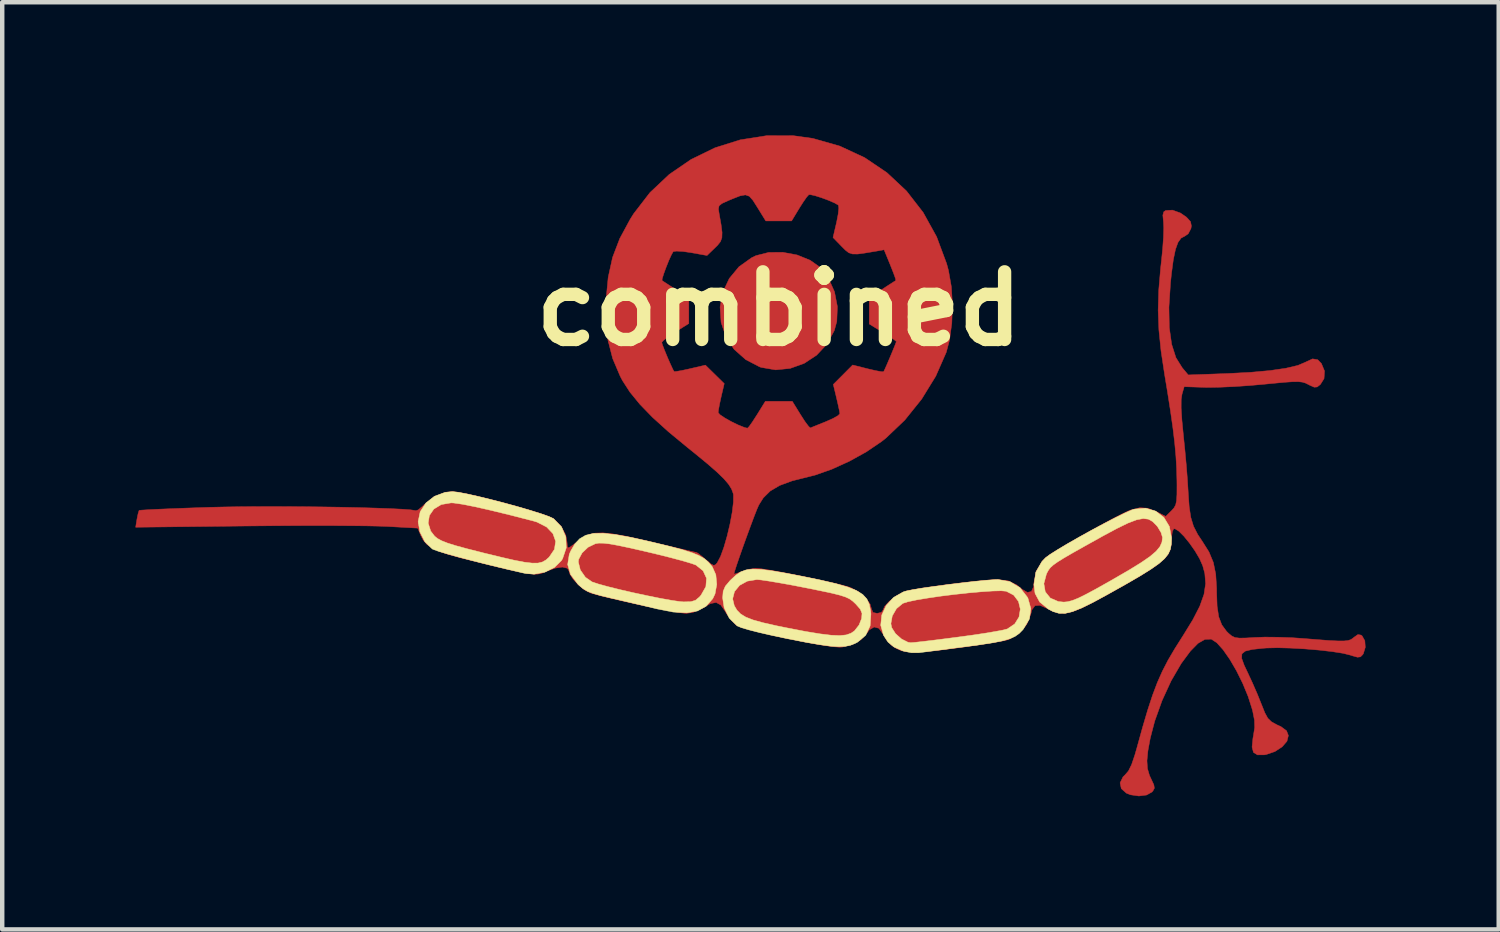
<source format=kicad_pcb>
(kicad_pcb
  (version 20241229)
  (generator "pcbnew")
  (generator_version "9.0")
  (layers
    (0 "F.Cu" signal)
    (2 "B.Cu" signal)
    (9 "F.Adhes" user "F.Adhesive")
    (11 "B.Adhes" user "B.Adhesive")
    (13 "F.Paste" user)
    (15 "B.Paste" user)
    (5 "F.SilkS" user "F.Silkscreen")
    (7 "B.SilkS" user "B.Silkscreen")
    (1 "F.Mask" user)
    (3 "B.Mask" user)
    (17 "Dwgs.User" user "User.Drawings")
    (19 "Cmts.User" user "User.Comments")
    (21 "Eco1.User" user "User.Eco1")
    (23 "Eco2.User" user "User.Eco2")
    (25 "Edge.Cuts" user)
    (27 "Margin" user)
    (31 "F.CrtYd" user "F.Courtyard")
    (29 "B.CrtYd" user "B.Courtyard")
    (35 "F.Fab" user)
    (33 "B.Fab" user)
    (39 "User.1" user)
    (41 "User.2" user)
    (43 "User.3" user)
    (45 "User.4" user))
  (footprint "combined"
    (layer "F.Cu")
    (at 14.495 3.906)
    (property "Reference" "combined" (at 0 0 0) (layer "F.SilkS") (effects (font (size 1.524 1.524) (thickness 0.3))))
    (attr through_hole)
    (fp_poly (pts (xy 0.407 -1.214) (xy 0.7 -1.095) (xy 0.906 -0.95) (xy 1.11 -0.694) (xy 1.249 -0.385) (xy 1.314 -0.051) (xy 1.301 0.283) (xy 1.244 0.49) (xy 1.079 0.794) (xy 0.847 1.043) (xy 0.565 1.228) (xy 0.25 1.341) (xy -0.078 1.374) (xy -0.403 1.318) (xy -0.441 1.304) (xy -0.752 1.142) (xy -1.012 0.911) (xy -1.19 0.646) (xy -1.305 0.305) (xy -1.328 -0.041) (xy -1.265 -0.377) (xy -1.121 -0.684) (xy -0.903 -0.948) (xy -0.617 -1.152) (xy -0.519 -1.199) (xy -0.235 -1.271) (xy 0.084 -1.274) (xy 0.407 -1.214)) (stroke (width 0.01) (type solid)) (fill yes) (layer "F.Cu"))
    (fp_poly (pts (xy 0.761 -3.839) (xy 1.368 -3.666) (xy 1.926 -3.407) (xy 2.429 -3.068) (xy 2.871 -2.654) (xy 3.246 -2.171) (xy 3.549 -1.624) (xy 3.774 -1.02) (xy 3.816 -0.865) (xy 3.881 -0.497) (xy 3.906 -0.089) (xy 3.891 0.323) (xy 3.839 0.705) (xy 3.766 0.978) (xy 3.53 1.515) (xy 3.212 2.032) (xy 2.832 2.505) (xy 2.407 2.91) (xy 2.301 2.993) (xy 1.963 3.222) (xy 1.581 3.433) (xy 1.187 3.612) (xy 0.815 3.743) (xy 0.66 3.782) (xy 0.293 3.874) (xy 0.012 3.978) (xy -0.199 4.103) (xy -0.355 4.257) (xy -0.456 4.418) (xy -0.497 4.511) (xy -0.56 4.672) (xy -0.638 4.88) (xy -0.724 5.114) (xy -0.811 5.355) (xy -0.891 5.582) (xy -0.957 5.775) (xy -1.001 5.912) (xy -1.016 5.973) (xy -0.975 5.966) (xy -0.873 5.929) (xy -0.84 5.916) (xy -0.679 5.865) (xy -0.527 5.842) (xy -0.518 5.842) (xy -0.405 5.853) (xy -0.213 5.883) (xy 0.036 5.927) (xy 0.321 5.982) (xy 0.623 6.043) (xy 0.919 6.106) (xy 1.19 6.166) (xy 1.415 6.22) (xy 1.572 6.264) (xy 1.611 6.277) (xy 1.79 6.372) (xy 1.945 6.504) (xy 2.05 6.648) (xy 2.083 6.76) (xy 2.115 6.838) (xy 2.21 6.858) (xy 2.306 6.835) (xy 2.337 6.792) (xy 2.378 6.699) (xy 2.485 6.585) (xy 2.63 6.473) (xy 2.786 6.385) (xy 2.87 6.354) (xy 3.005 6.326) (xy 3.217 6.29) (xy 3.485 6.251) (xy 3.784 6.211) (xy 4.092 6.173) (xy 4.386 6.139) (xy 4.643 6.114) (xy 4.839 6.099) (xy 4.918 6.096) (xy 5.157 6.124) (xy 5.356 6.219) (xy 5.471 6.312) (xy 5.593 6.386) (xy 5.684 6.365) (xy 5.734 6.255) (xy 5.74 6.171) (xy 5.79 5.91) (xy 5.933 5.677) (xy 6.002 5.606) (xy 6.09 5.542) (xy 6.249 5.442) (xy 6.462 5.314) (xy 6.711 5.17) (xy 6.978 5.02) (xy 7.244 4.873) (xy 7.491 4.739) (xy 7.702 4.63) (xy 7.859 4.555) (xy 7.92 4.53) (xy 8.127 4.478) (xy 8.304 4.49) (xy 8.502 4.569) (xy 8.51 4.572) (xy 8.709 4.674) (xy 8.838 4.546) (xy 8.895 4.483) (xy 8.932 4.416) (xy 8.952 4.324) (xy 8.961 4.182) (xy 8.962 3.97) (xy 8.961 3.872) (xy 8.954 3.598) (xy 8.938 3.321) (xy 8.911 3.023) (xy 8.871 2.689) (xy 8.816 2.302) (xy 8.744 1.843) (xy 8.683 1.476) (xy 8.603 0.946) (xy 8.555 0.477) (xy 8.538 0.034) (xy 8.551 -0.417) (xy 8.593 -0.911) (xy 8.613 -1.089) (xy 8.64 -1.359) (xy 8.658 -1.613) (xy 8.664 -1.823) (xy 8.658 -1.961) (xy 8.657 -1.965) (xy 8.644 -2.11) (xy 8.665 -2.186) (xy 8.707 -2.215) (xy 8.861 -2.224) (xy 9.04 -2.159) (xy 9.175 -2.066) (xy 9.267 -1.965) (xy 9.287 -1.867) (xy 9.276 -1.807) (xy 9.216 -1.692) (xy 9.14 -1.639) (xy 9.054 -1.593) (xy 8.985 -1.497) (xy 8.928 -1.339) (xy 8.88 -1.108) (xy 8.838 -0.794) (xy 8.816 -0.582) (xy 8.781 -0.037) (xy 8.789 0.421) (xy 8.842 0.797) (xy 8.938 1.098) (xy 9.08 1.326) (xy 9.216 1.488) (xy 10.107 1.456) (xy 10.62 1.429) (xy 11.059 1.389) (xy 11.416 1.337) (xy 11.686 1.273) (xy 11.862 1.198) (xy 11.867 1.195) (xy 12.016 1.126) (xy 12.131 1.145) (xy 12.215 1.231) (xy 12.285 1.4) (xy 12.274 1.571) (xy 12.192 1.702) (xy 12.119 1.759) (xy 12.053 1.764) (xy 11.951 1.719) (xy 11.923 1.704) (xy 11.856 1.671) (xy 11.786 1.65) (xy 11.697 1.64) (xy 11.57 1.641) (xy 11.389 1.653) (xy 11.135 1.677) (xy 10.92 1.698) (xy 10.593 1.727) (xy 10.257 1.75) (xy 9.944 1.764) (xy 9.687 1.769) (xy 9.604 1.768) (xy 9.124 1.753) (xy 9.075 1.923) (xy 9.057 2.044) (xy 9.056 2.234) (xy 9.073 2.503) (xy 9.108 2.862) (xy 9.108 2.863) (xy 9.141 3.185) (xy 9.172 3.523) (xy 9.197 3.84) (xy 9.213 4.1) (xy 9.215 4.14) (xy 9.237 4.455) (xy 9.274 4.698) (xy 9.335 4.897) (xy 9.43 5.082) (xy 9.534 5.238) (xy 9.683 5.475) (xy 9.781 5.711) (xy 9.835 5.976) (xy 9.855 6.301) (xy 9.855 6.383) (xy 9.866 6.698) (xy 9.902 6.935) (xy 9.971 7.115) (xy 10.078 7.262) (xy 10.127 7.31) (xy 10.197 7.368) (xy 10.269 7.402) (xy 10.369 7.415) (xy 10.522 7.412) (xy 10.704 7.401) (xy 10.942 7.392) (xy 11.239 7.395) (xy 11.553 7.406) (xy 11.785 7.422) (xy 12.136 7.45) (xy 12.4 7.47) (xy 12.591 7.479) (xy 12.725 7.479) (xy 12.815 7.469) (xy 12.877 7.449) (xy 12.925 7.417) (xy 12.948 7.397) (xy 13.037 7.335) (xy 13.107 7.347) (xy 13.131 7.365) (xy 13.193 7.474) (xy 13.203 7.623) (xy 13.16 7.764) (xy 13.145 7.787) (xy 13.095 7.837) (xy 13.028 7.845) (xy 12.911 7.813) (xy 12.87 7.799) (xy 12.702 7.757) (xy 12.459 7.719) (xy 12.164 7.685) (xy 11.843 7.658) (xy 11.521 7.64) (xy 11.224 7.632) (xy 10.976 7.638) (xy 10.906 7.643) (xy 10.657 7.67) (xy 10.5 7.708) (xy 10.424 7.769) (xy 10.419 7.87) (xy 10.475 8.025) (xy 10.548 8.179) (xy 10.659 8.418) (xy 10.773 8.679) (xy 10.865 8.908) (xy 10.866 8.91) (xy 10.942 9.1) (xy 11.009 9.221) (xy 11.092 9.301) (xy 11.216 9.369) (xy 11.303 9.408) (xy 11.43 9.502) (xy 11.471 9.609) (xy 11.439 9.738) (xy 11.33 9.864) (xy 11.167 9.97) (xy 10.974 10.036) (xy 10.929 10.044) (xy 10.775 10.045) (xy 10.685 9.99) (xy 10.653 9.869) (xy 10.673 9.67) (xy 10.684 9.61) (xy 10.712 9.428) (xy 10.707 9.262) (xy 10.668 9.063) (xy 10.655 9.013) (xy 10.565 8.73) (xy 10.444 8.437) (xy 10.303 8.152) (xy 10.152 7.893) (xy 10 7.676) (xy 9.86 7.52) (xy 9.74 7.441) (xy 9.731 7.438) (xy 9.591 7.444) (xy 9.437 7.532) (xy 9.264 7.708) (xy 9.066 7.975) (xy 9.054 7.993) (xy 8.83 8.378) (xy 8.626 8.822) (xy 8.461 9.283) (xy 8.361 9.665) (xy 8.307 9.957) (xy 8.286 10.178) (xy 8.297 10.352) (xy 8.342 10.506) (xy 8.381 10.59) (xy 8.441 10.718) (xy 8.453 10.795) (xy 8.42 10.857) (xy 8.399 10.881) (xy 8.277 10.949) (xy 8.104 10.971) (xy 7.917 10.944) (xy 7.823 10.907) (xy 7.708 10.805) (xy 7.681 10.675) (xy 7.746 10.541) (xy 7.792 10.496) (xy 7.869 10.407) (xy 7.94 10.264) (xy 8.013 10.048) (xy 8.054 9.906) (xy 8.186 9.429) (xy 8.303 9.033) (xy 8.412 8.701) (xy 8.52 8.415) (xy 8.634 8.158) (xy 8.761 7.912) (xy 8.909 7.66) (xy 9.084 7.383) (xy 9.092 7.371) (xy 9.317 7.005) (xy 9.476 6.696) (xy 9.571 6.429) (xy 9.607 6.188) (xy 9.589 5.959) (xy 9.542 5.786) (xy 9.472 5.627) (xy 9.368 5.451) (xy 9.245 5.276) (xy 9.12 5.122) (xy 9.006 5.008) (xy 8.918 4.953) (xy 8.887 4.955) (xy 8.857 5.02) (xy 8.84 5.146) (xy 8.839 5.189) (xy 8.833 5.316) (xy 8.809 5.427) (xy 8.757 5.532) (xy 8.669 5.637) (xy 8.536 5.751) (xy 8.348 5.881) (xy 8.097 6.036) (xy 7.773 6.223) (xy 7.402 6.431) (xy 7.074 6.609) (xy 6.817 6.737) (xy 6.613 6.818) (xy 6.449 6.855) (xy 6.308 6.853) (xy 6.175 6.815) (xy 6.044 6.749) (xy 5.877 6.677) (xy 5.765 6.684) (xy 5.696 6.776) (xy 5.668 6.88) (xy 5.578 7.105) (xy 5.414 7.299) (xy 5.2 7.433) (xy 5.119 7.461) (xy 4.999 7.486) (xy 4.799 7.52) (xy 4.54 7.561) (xy 4.242 7.605) (xy 3.958 7.643) (xy 3.578 7.691) (xy 3.283 7.721) (xy 3.057 7.733) (xy 2.885 7.725) (xy 2.751 7.696) (xy 2.639 7.647) (xy 2.535 7.576) (xy 2.527 7.57) (xy 2.415 7.448) (xy 2.338 7.317) (xy 2.25 7.194) (xy 2.142 7.165) (xy 2.031 7.23) (xy 1.976 7.306) (xy 1.844 7.45) (xy 1.649 7.56) (xy 1.429 7.616) (xy 1.362 7.62) (xy 1.221 7.609) (xy 1.01 7.579) (xy 0.747 7.534) (xy 0.453 7.478) (xy 0.144 7.414) (xy -0.16 7.348) (xy -0.44 7.282) (xy -0.678 7.221) (xy -0.856 7.168) (xy -0.954 7.128) (xy -0.96 7.125) (xy -1.067 7.018) (xy -1.178 6.87) (xy -1.21 6.815) (xy -1.311 6.67) (xy -1.416 6.612) (xy -1.547 6.638) (xy -1.707 6.731) (xy -1.941 6.838) (xy -2.094 6.858) (xy -2.2 6.847) (xy -2.384 6.816) (xy -2.628 6.77) (xy -2.91 6.712) (xy -3.212 6.648) (xy -3.514 6.581) (xy -3.795 6.515) (xy -4.036 6.456) (xy -4.217 6.406) (xy -4.252 6.396) (xy -4.381 6.328) (xy -4.519 6.215) (xy -4.638 6.086) (xy -4.713 5.967) (xy -4.724 5.917) (xy -4.766 5.842) (xy -4.878 5.815) (xy -5.042 5.839) (xy -5.2 5.895) (xy -5.284 5.932) (xy -5.358 5.959) (xy -5.434 5.973) (xy -5.527 5.975) (xy -5.649 5.961) (xy -5.815 5.93) (xy -6.037 5.882) (xy -6.329 5.813) (xy -6.704 5.723) (xy -6.771 5.706) (xy -7.15 5.612) (xy -7.442 5.531) (xy -7.66 5.457) (xy -7.819 5.383) (xy -7.931 5.304) (xy -8.01 5.212) (xy -8.068 5.103) (xy -8.075 5.086) (xy -8.136 4.938) (xy -8.831 4.9) (xy -9.025 4.893) (xy -9.307 4.887) (xy -9.663 4.884) (xy -10.08 4.881) (xy -10.543 4.881) (xy -11.04 4.882) (xy -11.556 4.886) (xy -12.007 4.89) (xy -14.49 4.918) (xy -14.461 4.738) (xy -14.436 4.615) (xy -14.414 4.543) (xy -14.412 4.539) (xy -14.358 4.533) (xy -14.215 4.524) (xy -13.995 4.513) (xy -13.711 4.501) (xy -13.376 4.488) (xy -13.001 4.475) (xy -12.822 4.469) (xy -12.476 4.461) (xy -12.085 4.455) (xy -11.66 4.453) (xy -11.214 4.453) (xy -10.758 4.455) (xy -10.304 4.46) (xy -9.864 4.467) (xy -9.45 4.476) (xy -9.074 4.487) (xy -8.749 4.499) (xy -8.485 4.512) (xy -8.296 4.526) (xy -8.192 4.542) (xy -8.179 4.546) (xy -8.126 4.527) (xy -8.035 4.451) (xy -7.996 4.412) (xy -7.766 4.229) (xy -7.505 4.13) (xy -7.355 4.116) (xy -7.228 4.13) (xy -7.027 4.168) (xy -6.773 4.225) (xy -6.483 4.296) (xy -6.178 4.375) (xy -5.876 4.458) (xy -5.596 4.54) (xy -5.357 4.615) (xy -5.179 4.678) (xy -5.081 4.724) (xy -5.079 4.725) (xy -4.91 4.892) (xy -4.803 5.095) (xy -4.775 5.255) (xy -4.766 5.352) (xy -4.747 5.385) (xy -4.694 5.356) (xy -4.591 5.281) (xy -4.52 5.225) (xy -4.401 5.14) (xy -4.278 5.082) (xy -4.137 5.05) (xy -3.964 5.045) (xy -3.745 5.068) (xy -3.464 5.117) (xy -3.109 5.195) (xy -2.858 5.254) (xy -2.558 5.325) (xy -2.292 5.387) (xy -2.077 5.437) (xy -1.928 5.472) (xy -1.859 5.486) (xy -1.857 5.486) (xy -1.808 5.517) (xy -1.71 5.595) (xy -1.647 5.649) (xy -1.534 5.744) (xy -1.469 5.778) (xy -1.424 5.757) (xy -1.39 5.714) (xy -1.317 5.575) (xy -1.241 5.366) (xy -1.168 5.113) (xy -1.104 4.842) (xy -1.055 4.58) (xy -1.028 4.354) (xy -1.027 4.188) (xy -1.033 4.156) (xy -1.07 4.056) (xy -1.137 3.949) (xy -1.244 3.824) (xy -1.4 3.673) (xy -1.615 3.486) (xy -1.898 3.253) (xy -2.054 3.128) (xy -2.491 2.767) (xy -2.848 2.444) (xy -3.133 2.15) (xy -3.357 1.876) (xy -3.527 1.613) (xy -3.578 1.516) (xy -3.747 1.118) (xy -3.84 0.756) (xy -2.642 0.756) (xy -2.623 0.818) (xy -2.575 0.941) (xy -2.512 1.094) (xy -2.446 1.244) (xy -2.392 1.361) (xy -2.363 1.412) (xy -2.311 1.409) (xy -2.185 1.387) (xy -2.014 1.35) (xy -2.003 1.347) (xy -1.658 1.267) (xy -1.234 1.683) (xy -1.302 1.972) (xy -1.339 2.142) (xy -1.364 2.279) (xy -1.371 2.337) (xy -1.328 2.385) (xy -1.221 2.457) (xy -1.075 2.539) (xy -0.919 2.615) (xy -0.781 2.67) (xy -0.711 2.688) (xy -0.674 2.65) (xy -0.6 2.546) (xy -0.505 2.399) (xy -0.497 2.387) (xy -0.309 2.083) (xy 0.299 2.083) (xy 0.488 2.389) (xy 0.584 2.538) (xy 0.662 2.642) (xy 0.705 2.682) (xy 0.707 2.681) (xy 0.766 2.656) (xy 0.892 2.605) (xy 1.054 2.54) (xy 1.214 2.469) (xy 1.327 2.405) (xy 1.37 2.362) (xy 1.358 2.289) (xy 1.328 2.15) (xy 1.295 2.007) (xy 1.222 1.702) (xy 1.44 1.483) (xy 1.658 1.264) (xy 1.999 1.35) (xy 2.171 1.39) (xy 2.298 1.414) (xy 2.354 1.417) (xy 2.355 1.416) (xy 2.382 1.361) (xy 2.434 1.244) (xy 2.498 1.094) (xy 2.562 0.94) (xy 2.614 0.813) (xy 2.64 0.742) (xy 2.642 0.736) (xy 2.602 0.702) (xy 2.497 0.631) (xy 2.349 0.537) (xy 2.337 0.529) (xy 2.032 0.341) (xy 2.032 -0.253) (xy 2.324 -0.442) (xy 2.472 -0.538) (xy 2.582 -0.609) (xy 2.631 -0.639) (xy 2.631 -0.64) (xy 2.621 -0.687) (xy 2.579 -0.804) (xy 2.515 -0.966) (xy 2.506 -0.989) (xy 2.366 -1.331) (xy 2.186 -1.299) (xy 1.939 -1.258) (xy 1.77 -1.235) (xy 1.655 -1.236) (xy 1.571 -1.263) (xy 1.497 -1.32) (xy 1.408 -1.409) (xy 1.216 -1.607) (xy 1.297 -1.954) (xy 1.331 -2.131) (xy 1.346 -2.267) (xy 1.337 -2.335) (xy 1.336 -2.336) (xy 1.254 -2.384) (xy 1.118 -2.443) (xy 0.959 -2.502) (xy 0.811 -2.549) (xy 0.703 -2.573) (xy 0.67 -2.571) (xy 0.621 -2.516) (xy 0.54 -2.399) (xy 0.453 -2.262) (xy 0.283 -1.981) (xy -0.008 -1.981) (xy -0.299 -1.981) (xy -0.489 -2.289) (xy -0.588 -2.445) (xy -0.669 -2.536) (xy -0.756 -2.567) (xy -0.876 -2.546) (xy -1.054 -2.476) (xy -1.145 -2.438) (xy -1.285 -2.374) (xy -1.351 -2.32) (xy -1.365 -2.248) (xy -1.349 -2.145) (xy -1.305 -1.896) (xy -1.283 -1.723) (xy -1.287 -1.603) (xy -1.319 -1.515) (xy -1.382 -1.435) (xy -1.442 -1.376) (xy -1.622 -1.202) (xy -1.984 -1.267) (xy -2.167 -1.293) (xy -2.309 -1.301) (xy -2.382 -1.29) (xy -2.384 -1.288) (xy -2.424 -1.218) (xy -2.481 -1.093) (xy -2.541 -0.943) (xy -2.595 -0.796) (xy -2.63 -0.685) (xy -2.636 -0.639) (xy -2.586 -0.605) (xy -2.475 -0.533) (xy -2.325 -0.437) (xy -2.324 -0.436) (xy -2.032 -0.251) (xy -2.032 0.33) (xy -2.337 0.521) (xy -2.487 0.621) (xy -2.596 0.704) (xy -2.641 0.754) (xy -2.642 0.756) (xy -3.84 0.756) (xy -3.852 0.711) (xy -3.9 0.268) (xy -3.897 -0.198) (xy -3.848 -0.708) (xy -3.749 -1.16) (xy -3.587 -1.584) (xy -3.353 -2.017) (xy -3.274 -2.143) (xy -2.907 -2.619) (xy -2.472 -3.029) (xy -1.98 -3.366) (xy -1.442 -3.628) (xy -0.873 -3.807) (xy -0.282 -3.9) (xy 0.317 -3.901) (xy 0.761 -3.839)) (stroke (width 0.01) (type solid)) (fill yes) (layer "F.Cu"))
    (fp_poly (pts (xy 0.407 -1.214) (xy 0.7 -1.095) (xy 0.906 -0.95) (xy 1.11 -0.694) (xy 1.249 -0.385) (xy 1.314 -0.051) (xy 1.301 0.283) (xy 1.244 0.49) (xy 1.079 0.794) (xy 0.847 1.043) (xy 0.565 1.228) (xy 0.25 1.341) (xy -0.078 1.374) (xy -0.403 1.318) (xy -0.441 1.304) (xy -0.752 1.142) (xy -1.012 0.911) (xy -1.19 0.646) (xy -1.305 0.305) (xy -1.328 -0.041) (xy -1.265 -0.377) (xy -1.121 -0.684) (xy -0.903 -0.948) (xy -0.617 -1.152) (xy -0.519 -1.199) (xy -0.235 -1.271) (xy 0.084 -1.274) (xy 0.407 -1.214)) (stroke (width 0.01) (type solid)) (fill yes) (layer "F.Mask"))
    (fp_poly (pts (xy 0.761 -3.839) (xy 1.368 -3.666) (xy 1.926 -3.407) (xy 2.429 -3.068) (xy 2.871 -2.654) (xy 3.246 -2.171) (xy 3.549 -1.624) (xy 3.774 -1.02) (xy 3.816 -0.865) (xy 3.881 -0.497) (xy 3.906 -0.089) (xy 3.891 0.323) (xy 3.839 0.705) (xy 3.766 0.978) (xy 3.53 1.515) (xy 3.212 2.032) (xy 2.832 2.505) (xy 2.407 2.91) (xy 2.301 2.993) (xy 1.963 3.222) (xy 1.581 3.433) (xy 1.187 3.612) (xy 0.815 3.743) (xy 0.66 3.782) (xy 0.293 3.874) (xy 0.012 3.978) (xy -0.199 4.103) (xy -0.355 4.257) (xy -0.456 4.418) (xy -0.517 4.554) (xy -0.595 4.753) (xy -0.683 4.992) (xy -0.773 5.25) (xy -0.859 5.506) (xy -0.932 5.739) (xy -0.986 5.926) (xy -1.014 6.048) (xy -1.016 6.071) (xy -0.985 6.189) (xy -0.942 6.247) (xy -0.869 6.277) (xy -0.715 6.322) (xy -0.497 6.377) (xy -0.234 6.437) (xy -0.015 6.484) (xy 0.477 6.585) (xy 0.884 6.667) (xy 1.223 6.732) (xy 1.507 6.783) (xy 1.754 6.82) (xy 1.977 6.846) (xy 2.192 6.863) (xy 2.415 6.873) (xy 2.661 6.878) (xy 2.944 6.88) (xy 3.073 6.88) (xy 3.509 6.878) (xy 3.867 6.866) (xy 4.171 6.841) (xy 4.445 6.798) (xy 4.711 6.733) (xy 4.994 6.643) (xy 5.318 6.523) (xy 5.461 6.467) (xy 5.808 6.32) (xy 6.19 6.141) (xy 6.594 5.94) (xy 7.005 5.723) (xy 7.409 5.498) (xy 7.793 5.274) (xy 8.143 5.059) (xy 8.444 4.86) (xy 8.683 4.685) (xy 8.846 4.543) (xy 8.865 4.522) (xy 8.928 4.39) (xy 8.964 4.167) (xy 8.97 3.852) (xy 8.949 3.445) (xy 8.899 2.942) (xy 8.82 2.345) (xy 8.713 1.652) (xy 8.683 1.476) (xy 8.603 0.946) (xy 8.555 0.477) (xy 8.538 0.034) (xy 8.551 -0.417) (xy 8.593 -0.911) (xy 8.613 -1.089) (xy 8.64 -1.359) (xy 8.658 -1.613) (xy 8.664 -1.823) (xy 8.658 -1.961) (xy 8.657 -1.965) (xy 8.644 -2.11) (xy 8.665 -2.186) (xy 8.707 -2.215) (xy 8.861 -2.224) (xy 9.04 -2.159) (xy 9.175 -2.066) (xy 9.267 -1.965) (xy 9.287 -1.867) (xy 9.276 -1.807) (xy 9.216 -1.692) (xy 9.14 -1.639) (xy 9.054 -1.593) (xy 8.985 -1.497) (xy 8.928 -1.339) (xy 8.88 -1.108) (xy 8.838 -0.794) (xy 8.816 -0.582) (xy 8.781 -0.037) (xy 8.789 0.421) (xy 8.842 0.797) (xy 8.938 1.098) (xy 9.08 1.326) (xy 9.216 1.488) (xy 10.107 1.456) (xy 10.62 1.429) (xy 11.059 1.389) (xy 11.416 1.337) (xy 11.686 1.273) (xy 11.862 1.198) (xy 11.867 1.195) (xy 12.016 1.126) (xy 12.131 1.145) (xy 12.215 1.231) (xy 12.285 1.4) (xy 12.274 1.571) (xy 12.192 1.702) (xy 12.119 1.759) (xy 12.053 1.764) (xy 11.951 1.719) (xy 11.923 1.704) (xy 11.856 1.671) (xy 11.786 1.65) (xy 11.697 1.64) (xy 11.57 1.641) (xy 11.389 1.653) (xy 11.135 1.677) (xy 10.92 1.698) (xy 10.593 1.727) (xy 10.257 1.75) (xy 9.944 1.764) (xy 9.687 1.769) (xy 9.604 1.768) (xy 9.124 1.753) (xy 9.075 1.923) (xy 9.057 2.044) (xy 9.056 2.234) (xy 9.073 2.503) (xy 9.108 2.862) (xy 9.108 2.863) (xy 9.141 3.185) (xy 9.172 3.523) (xy 9.197 3.84) (xy 9.213 4.1) (xy 9.215 4.14) (xy 9.237 4.455) (xy 9.274 4.698) (xy 9.335 4.897) (xy 9.43 5.082) (xy 9.534 5.238) (xy 9.683 5.475) (xy 9.781 5.711) (xy 9.835 5.976) (xy 9.855 6.301) (xy 9.855 6.383) (xy 9.866 6.698) (xy 9.902 6.935) (xy 9.971 7.115) (xy 10.078 7.262) (xy 10.127 7.31) (xy 10.197 7.368) (xy 10.269 7.402) (xy 10.369 7.415) (xy 10.522 7.412) (xy 10.704 7.401) (xy 10.942 7.392) (xy 11.239 7.395) (xy 11.553 7.406) (xy 11.785 7.422) (xy 12.136 7.45) (xy 12.4 7.47) (xy 12.591 7.479) (xy 12.725 7.479) (xy 12.815 7.469) (xy 12.877 7.449) (xy 12.925 7.417) (xy 12.948 7.397) (xy 13.037 7.335) (xy 13.107 7.347) (xy 13.131 7.365) (xy 13.193 7.474) (xy 13.203 7.623) (xy 13.16 7.764) (xy 13.145 7.787) (xy 13.095 7.837) (xy 13.028 7.845) (xy 12.911 7.813) (xy 12.87 7.799) (xy 12.702 7.757) (xy 12.459 7.719) (xy 12.164 7.685) (xy 11.843 7.658) (xy 11.521 7.64) (xy 11.224 7.632) (xy 10.976 7.638) (xy 10.906 7.643) (xy 10.657 7.67) (xy 10.5 7.708) (xy 10.424 7.769) (xy 10.419 7.87) (xy 10.475 8.025) (xy 10.548 8.179) (xy 10.659 8.418) (xy 10.773 8.679) (xy 10.865 8.908) (xy 10.866 8.91) (xy 10.942 9.1) (xy 11.009 9.221) (xy 11.092 9.301) (xy 11.216 9.369) (xy 11.303 9.408) (xy 11.43 9.502) (xy 11.471 9.609) (xy 11.439 9.738) (xy 11.33 9.864) (xy 11.167 9.97) (xy 10.974 10.036) (xy 10.929 10.044) (xy 10.775 10.045) (xy 10.685 9.99) (xy 10.653 9.869) (xy 10.673 9.67) (xy 10.684 9.61) (xy 10.712 9.428) (xy 10.707 9.262) (xy 10.668 9.063) (xy 10.655 9.013) (xy 10.565 8.73) (xy 10.444 8.437) (xy 10.303 8.152) (xy 10.152 7.893) (xy 10 7.676) (xy 9.86 7.52) (xy 9.74 7.441) (xy 9.731 7.438) (xy 9.591 7.444) (xy 9.437 7.532) (xy 9.264 7.708) (xy 9.066 7.975) (xy 9.054 7.993) (xy 8.83 8.378) (xy 8.626 8.822) (xy 8.461 9.283) (xy 8.361 9.665) (xy 8.307 9.957) (xy 8.286 10.178) (xy 8.297 10.352) (xy 8.342 10.506) (xy 8.381 10.59) (xy 8.441 10.718) (xy 8.453 10.795) (xy 8.42 10.857) (xy 8.399 10.881) (xy 8.277 10.949) (xy 8.104 10.971) (xy 7.917 10.944) (xy 7.823 10.907) (xy 7.708 10.805) (xy 7.681 10.675) (xy 7.746 10.541) (xy 7.792 10.496) (xy 7.869 10.407) (xy 7.94 10.264) (xy 8.013 10.048) (xy 8.054 9.906) (xy 8.186 9.429) (xy 8.303 9.033) (xy 8.412 8.701) (xy 8.52 8.415) (xy 8.634 8.158) (xy 8.761 7.912) (xy 8.909 7.66) (xy 9.084 7.383) (xy 9.092 7.371) (xy 9.236 7.142) (xy 9.366 6.922) (xy 9.466 6.735) (xy 9.523 6.609) (xy 9.597 6.262) (xy 9.571 5.919) (xy 9.445 5.578) (xy 9.219 5.237) (xy 9.071 5.069) (xy 9.014 5.013) (xy 8.959 4.978) (xy 8.894 4.968) (xy 8.807 4.989) (xy 8.684 5.045) (xy 8.515 5.142) (xy 8.286 5.282) (xy 7.985 5.472) (xy 7.938 5.502) (xy 7.473 5.792) (xy 7.071 6.032) (xy 6.711 6.232) (xy 6.373 6.403) (xy 6.039 6.556) (xy 5.76 6.673) (xy 5.338 6.831) (xy 4.923 6.962) (xy 4.507 7.064) (xy 4.081 7.139) (xy 3.636 7.186) (xy 3.162 7.205) (xy 2.651 7.196) (xy 2.095 7.158) (xy 1.484 7.092) (xy 0.81 6.998) (xy 0.063 6.874) (xy -0.765 6.722) (xy -1.524 6.572) (xy -2.178 6.44) (xy -2.744 6.323) (xy -3.235 6.218) (xy -3.662 6.122) (xy -4.037 6.032) (xy -4.373 5.944) (xy -4.682 5.857) (xy -4.975 5.765) (xy -5.266 5.667) (xy -5.565 5.559) (xy -5.886 5.438) (xy -5.893 5.436) (xy -6.155 5.338) (xy -6.403 5.252) (xy -6.645 5.179) (xy -6.891 5.116) (xy -7.149 5.064) (xy -7.429 5.02) (xy -7.739 4.986) (xy -8.088 4.958) (xy -8.486 4.938) (xy -8.941 4.923) (xy -9.463 4.913) (xy -10.06 4.907) (xy -10.741 4.904) (xy -11.448 4.904) (xy -14.488 4.905) (xy -14.46 4.732) (xy -14.435 4.611) (xy -14.414 4.542) (xy -14.412 4.539) (xy -14.349 4.526) (xy -14.196 4.512) (xy -13.966 4.5) (xy -13.671 4.489) (xy -13.322 4.479) (xy -12.931 4.47) (xy -12.511 4.463) (xy -12.073 4.457) (xy -11.631 4.454) (xy -11.194 4.452) (xy -10.776 4.453) (xy -10.389 4.456) (xy -10.045 4.463) (xy -9.826 4.469) (xy -9.186 4.493) (xy -8.633 4.52) (xy -8.152 4.552) (xy -7.73 4.591) (xy -7.351 4.64) (xy -7.001 4.699) (xy -6.666 4.772) (xy -6.331 4.86) (xy -5.982 4.967) (xy -5.603 5.093) (xy -5.559 5.109) (xy -4.571 5.43) (xy -3.649 5.687) (xy -2.781 5.88) (xy -2.728 5.89) (xy -2.347 5.956) (xy -2.05 5.989) (xy -1.822 5.987) (xy -1.65 5.949) (xy -1.519 5.872) (xy -1.417 5.755) (xy -1.381 5.695) (xy -1.314 5.545) (xy -1.239 5.326) (xy -1.164 5.071) (xy -1.097 4.808) (xy -1.045 4.569) (xy -1.018 4.383) (xy -1.016 4.335) (xy -1.026 4.212) (xy -1.062 4.093) (xy -1.132 3.968) (xy -1.244 3.829) (xy -1.406 3.666) (xy -1.626 3.472) (xy -1.913 3.236) (xy -2.269 2.954) (xy -2.755 2.543) (xy -3.147 2.141) (xy -3.45 1.735) (xy -3.672 1.314) (xy -3.816 0.868) (xy -3.833 0.756) (xy -2.642 0.756) (xy -2.623 0.818) (xy -2.575 0.941) (xy -2.512 1.094) (xy -2.446 1.244) (xy -2.392 1.361) (xy -2.363 1.412) (xy -2.311 1.409) (xy -2.185 1.387) (xy -2.014 1.35) (xy -2.003 1.347) (xy -1.658 1.267) (xy -1.234 1.683) (xy -1.302 1.972) (xy -1.339 2.142) (xy -1.364 2.279) (xy -1.371 2.337) (xy -1.328 2.385) (xy -1.221 2.457) (xy -1.075 2.539) (xy -0.919 2.615) (xy -0.781 2.67) (xy -0.711 2.688) (xy -0.674 2.65) (xy -0.6 2.546) (xy -0.505 2.399) (xy -0.497 2.387) (xy -0.309 2.083) (xy 0.299 2.083) (xy 0.488 2.389) (xy 0.584 2.538) (xy 0.662 2.642) (xy 0.705 2.682) (xy 0.707 2.681) (xy 0.766 2.656) (xy 0.892 2.605) (xy 1.054 2.54) (xy 1.214 2.469) (xy 1.327 2.405) (xy 1.37 2.362) (xy 1.358 2.289) (xy 1.328 2.15) (xy 1.295 2.007) (xy 1.222 1.702) (xy 1.44 1.483) (xy 1.658 1.264) (xy 1.999 1.35) (xy 2.171 1.39) (xy 2.298 1.414) (xy 2.354 1.417) (xy 2.355 1.416) (xy 2.382 1.361) (xy 2.434 1.244) (xy 2.498 1.094) (xy 2.562 0.94) (xy 2.614 0.813) (xy 2.64 0.742) (xy 2.642 0.736) (xy 2.602 0.702) (xy 2.497 0.631) (xy 2.349 0.537) (xy 2.337 0.529) (xy 2.032 0.341) (xy 2.032 -0.253) (xy 2.324 -0.442) (xy 2.472 -0.538) (xy 2.582 -0.609) (xy 2.631 -0.639) (xy 2.631 -0.64) (xy 2.621 -0.687) (xy 2.579 -0.804) (xy 2.515 -0.966) (xy 2.506 -0.989) (xy 2.366 -1.331) (xy 2.186 -1.299) (xy 1.939 -1.258) (xy 1.77 -1.235) (xy 1.655 -1.236) (xy 1.571 -1.263) (xy 1.497 -1.32) (xy 1.408 -1.409) (xy 1.216 -1.607) (xy 1.297 -1.954) (xy 1.331 -2.131) (xy 1.346 -2.267) (xy 1.337 -2.335) (xy 1.336 -2.336) (xy 1.254 -2.384) (xy 1.118 -2.443) (xy 0.959 -2.502) (xy 0.811 -2.549) (xy 0.703 -2.573) (xy 0.67 -2.571) (xy 0.621 -2.516) (xy 0.54 -2.399) (xy 0.453 -2.262) (xy 0.283 -1.981) (xy -0.008 -1.981) (xy -0.299 -1.981) (xy -0.489 -2.289) (xy -0.588 -2.445) (xy -0.669 -2.536) (xy -0.756 -2.567) (xy -0.876 -2.546) (xy -1.054 -2.476) (xy -1.145 -2.438) (xy -1.285 -2.374) (xy -1.351 -2.32) (xy -1.365 -2.248) (xy -1.349 -2.145) (xy -1.305 -1.896) (xy -1.283 -1.723) (xy -1.287 -1.603) (xy -1.319 -1.515) (xy -1.382 -1.435) (xy -1.442 -1.376) (xy -1.622 -1.202) (xy -1.984 -1.267) (xy -2.167 -1.293) (xy -2.309 -1.301) (xy -2.382 -1.29) (xy -2.384 -1.288) (xy -2.424 -1.218) (xy -2.481 -1.093) (xy -2.541 -0.943) (xy -2.595 -0.796) (xy -2.63 -0.685) (xy -2.636 -0.639) (xy -2.586 -0.605) (xy -2.475 -0.533) (xy -2.325 -0.437) (xy -2.324 -0.436) (xy -2.032 -0.251) (xy -2.032 0.33) (xy -2.337 0.521) (xy -2.487 0.621) (xy -2.596 0.704) (xy -2.641 0.754) (xy -2.642 0.756) (xy -3.833 0.756) (xy -3.89 0.385) (xy -3.899 -0.146) (xy -3.897 -0.198) (xy -3.848 -0.708) (xy -3.749 -1.16) (xy -3.587 -1.584) (xy -3.353 -2.017) (xy -3.274 -2.143) (xy -2.907 -2.619) (xy -2.472 -3.029) (xy -1.98 -3.366) (xy -1.442 -3.628) (xy -0.873 -3.807) (xy -0.282 -3.9) (xy 0.317 -3.901) (xy 0.761 -3.839)) (stroke (width 0.01) (type solid)) (fill yes) (layer "F.Mask"))
    (fp_poly (pts (xy -7.228 4.13) (xy -7.027 4.168) (xy -6.773 4.225) (xy -6.483 4.296) (xy -6.178 4.375) (xy -5.876 4.458) (xy -5.596 4.54) (xy -5.357 4.615) (xy -5.179 4.678) (xy -5.081 4.724) (xy -5.079 4.725) (xy -4.899 4.91) (xy -4.802 5.137) (xy -4.792 5.382) (xy -4.874 5.624) (xy -4.902 5.67) (xy -5.057 5.823) (xy -5.273 5.929) (xy -5.516 5.975) (xy -5.715 5.959) (xy -6.125 5.864) (xy -6.519 5.769) (xy -6.883 5.677) (xy -7.206 5.593) (xy -7.474 5.519) (xy -7.673 5.459) (xy -7.791 5.417) (xy -7.811 5.406) (xy -7.977 5.243) (xy -8.089 5.021) (xy -8.122 4.825) (xy -7.902 4.825) (xy -7.845 5.005) (xy -7.757 5.119) (xy -7.692 5.172) (xy -7.6 5.222) (xy -7.469 5.274) (xy -7.281 5.333) (xy -7.025 5.403) (xy -6.684 5.489) (xy -6.667 5.494) (xy -6.276 5.589) (xy -5.969 5.66) (xy -5.735 5.705) (xy -5.558 5.726) (xy -5.428 5.725) (xy -5.329 5.701) (xy -5.249 5.655) (xy -5.178 5.592) (xy -5.058 5.416) (xy -5.031 5.234) (xy -5.092 5.062) (xy -5.234 4.913) (xy -5.451 4.802) (xy -5.527 4.779) (xy -6.039 4.647) (xy -6.482 4.539) (xy -6.848 4.456) (xy -7.131 4.4) (xy -7.326 4.372) (xy -7.386 4.369) (xy -7.608 4.407) (xy -7.774 4.508) (xy -7.875 4.654) (xy -7.902 4.825) (xy -8.122 4.825) (xy -8.128 4.792) (xy -8.081 4.567) (xy -7.952 4.371) (xy -7.759 4.22) (xy -7.521 4.132) (xy -7.355 4.116) (xy -7.228 4.13)) (stroke (width 0.01) (type solid)) (fill yes) (layer "F.SilkS"))
    (fp_poly (pts (xy -3.674 5.085) (xy -3.317 5.15) (xy -2.875 5.249) (xy -2.845 5.256) (xy -2.472 5.346) (xy -2.185 5.421) (xy -1.968 5.489) (xy -1.807 5.554) (xy -1.687 5.623) (xy -1.594 5.702) (xy -1.513 5.796) (xy -1.502 5.811) (xy -1.423 5.989) (xy -1.403 6.207) (xy -1.442 6.42) (xy -1.493 6.527) (xy -1.643 6.697) (xy -1.835 6.803) (xy -2.079 6.846) (xy -2.386 6.828) (xy -2.743 6.758) (xy -2.953 6.708) (xy -3.222 6.645) (xy -3.515 6.576) (xy -3.734 6.526) (xy -3.998 6.463) (xy -4.184 6.411) (xy -4.316 6.36) (xy -4.415 6.301) (xy -4.503 6.226) (xy -4.53 6.2) (xy -4.695 5.982) (xy -4.76 5.759) (xy -4.751 5.699) (xy -4.521 5.699) (xy -4.476 5.88) (xy -4.361 6.045) (xy -4.21 6.15) (xy -4.068 6.197) (xy -3.85 6.257) (xy -3.58 6.324) (xy -3.28 6.393) (xy -2.973 6.459) (xy -2.681 6.518) (xy -2.427 6.564) (xy -2.233 6.592) (xy -2.151 6.599) (xy -1.986 6.595) (xy -1.881 6.563) (xy -1.793 6.489) (xy -1.757 6.448) (xy -1.648 6.256) (xy -1.633 6.067) (xy -1.71 5.899) (xy -1.873 5.769) (xy -1.966 5.735) (xy -2.14 5.683) (xy -2.377 5.619) (xy -2.659 5.547) (xy -2.968 5.473) (xy -2.989 5.468) (xy -3.342 5.387) (xy -3.611 5.33) (xy -3.81 5.294) (xy -3.956 5.277) (xy -4.061 5.276) (xy -4.138 5.289) (xy -4.302 5.369) (xy -4.436 5.497) (xy -4.513 5.641) (xy -4.521 5.699) (xy -4.751 5.699) (xy -4.724 5.528) (xy -4.692 5.454) (xy -4.599 5.295) (xy -4.491 5.178) (xy -4.356 5.099) (xy -4.182 5.058) (xy -3.959 5.054) (xy -3.674 5.085)) (stroke (width 0.01) (type solid)) (fill yes) (layer "F.SilkS"))
    (fp_poly (pts (xy -0.401 5.868) (xy -0.151 5.9) (xy 0.171 5.956) (xy 0.489 6.017) (xy 0.927 6.106) (xy 1.275 6.187) (xy 1.544 6.264) (xy 1.743 6.344) (xy 1.885 6.432) (xy 1.978 6.534) (xy 2.033 6.655) (xy 2.062 6.802) (xy 2.069 6.871) (xy 2.051 7.141) (xy 1.951 7.352) (xy 1.767 7.507) (xy 1.713 7.535) (xy 1.606 7.577) (xy 1.488 7.601) (xy 1.343 7.608) (xy 1.157 7.596) (xy 0.918 7.563) (xy 0.609 7.51) (xy 0.219 7.434) (xy 0.141 7.418) (xy -0.166 7.353) (xy -0.446 7.289) (xy -0.681 7.229) (xy -0.852 7.178) (xy -0.941 7.141) (xy -1.121 6.966) (xy -1.236 6.733) (xy -1.267 6.53) (xy -1.045 6.53) (xy -1.008 6.685) (xy -0.947 6.787) (xy -0.865 6.871) (xy -0.749 6.942) (xy -0.585 7.006) (xy -0.358 7.069) (xy -0.053 7.138) (xy 0.179 7.185) (xy 0.593 7.265) (xy 0.921 7.319) (xy 1.175 7.35) (xy 1.369 7.358) (xy 1.513 7.343) (xy 1.621 7.305) (xy 1.699 7.252) (xy 1.802 7.12) (xy 1.86 6.973) (xy 1.869 6.859) (xy 1.83 6.763) (xy 1.729 6.648) (xy 1.721 6.64) (xy 1.655 6.579) (xy 1.586 6.53) (xy 1.496 6.488) (xy 1.371 6.448) (xy 1.195 6.404) (xy 0.951 6.352) (xy 0.624 6.286) (xy 0.61 6.283) (xy 0.302 6.223) (xy 0.018 6.172) (xy -0.224 6.131) (xy -0.403 6.105) (xy -0.498 6.096) (xy -0.715 6.132) (xy -0.888 6.227) (xy -1.003 6.366) (xy -1.045 6.53) (xy -1.267 6.53) (xy -1.27 6.509) (xy -1.258 6.361) (xy -1.21 6.247) (xy -1.104 6.121) (xy -1.077 6.094) (xy -0.969 5.995) (xy -0.862 5.923) (xy -0.742 5.879) (xy -0.593 5.86) (xy -0.401 5.868)) (stroke (width 0.01) (type solid)) (fill yes) (layer "F.SilkS"))
    (fp_poly (pts (xy 5.2 6.143) (xy 5.426 6.279) (xy 5.593 6.493) (xy 5.606 6.518) (xy 5.672 6.755) (xy 5.637 6.987) (xy 5.501 7.214) (xy 5.485 7.233) (xy 5.406 7.312) (xy 5.316 7.376) (xy 5.198 7.429) (xy 5.04 7.475) (xy 4.826 7.518) (xy 4.542 7.562) (xy 4.173 7.612) (xy 4.115 7.619) (xy 3.828 7.656) (xy 3.564 7.691) (xy 3.344 7.719) (xy 3.192 7.739) (xy 3.15 7.745) (xy 2.979 7.744) (xy 2.799 7.707) (xy 2.781 7.701) (xy 2.585 7.613) (xy 2.454 7.504) (xy 2.353 7.349) (xy 2.29 7.125) (xy 2.294 7.089) (xy 2.519 7.089) (xy 2.537 7.179) (xy 2.624 7.316) (xy 2.76 7.436) (xy 2.905 7.509) (xy 2.966 7.518) (xy 3.049 7.512) (xy 3.214 7.494) (xy 3.445 7.467) (xy 3.723 7.432) (xy 4.031 7.392) (xy 4.039 7.391) (xy 4.35 7.349) (xy 4.634 7.306) (xy 4.873 7.266) (xy 5.048 7.233) (xy 5.141 7.209) (xy 5.141 7.209) (xy 5.308 7.096) (xy 5.405 6.939) (xy 5.434 6.762) (xy 5.393 6.59) (xy 5.285 6.447) (xy 5.116 6.359) (xy 5.003 6.349) (xy 4.811 6.354) (xy 4.558 6.371) (xy 4.266 6.397) (xy 3.953 6.431) (xy 3.64 6.47) (xy 3.348 6.513) (xy 3.095 6.555) (xy 2.902 6.596) (xy 2.789 6.632) (xy 2.788 6.632) (xy 2.645 6.751) (xy 2.55 6.915) (xy 2.519 7.089) (xy 2.294 7.089) (xy 2.314 6.895) (xy 2.414 6.679) (xy 2.579 6.499) (xy 2.798 6.375) (xy 2.862 6.355) (xy 3.005 6.326) (xy 3.225 6.289) (xy 3.499 6.25) (xy 3.805 6.209) (xy 4.117 6.171) (xy 4.414 6.137) (xy 4.671 6.112) (xy 4.865 6.098) (xy 4.933 6.096) (xy 5.2 6.143)) (stroke (width 0.01) (type solid)) (fill yes) (layer "F.SilkS"))
    (fp_poly (pts (xy 8.482 4.555) (xy 8.667 4.696) (xy 8.791 4.901) (xy 8.839 5.155) (xy 8.839 5.169) (xy 8.834 5.299) (xy 8.813 5.413) (xy 8.767 5.517) (xy 8.686 5.62) (xy 8.562 5.731) (xy 8.385 5.856) (xy 8.147 6.005) (xy 7.838 6.185) (xy 7.449 6.403) (xy 7.416 6.422) (xy 7.081 6.604) (xy 6.816 6.735) (xy 6.608 6.818) (xy 6.441 6.858) (xy 6.301 6.856) (xy 6.173 6.818) (xy 6.064 6.761) (xy 5.87 6.602) (xy 5.766 6.409) (xy 5.74 6.209) (xy 5.744 6.188) (xy 5.964 6.188) (xy 5.996 6.373) (xy 6.109 6.513) (xy 6.291 6.592) (xy 6.412 6.604) (xy 6.5 6.596) (xy 6.603 6.569) (xy 6.735 6.517) (xy 6.908 6.432) (xy 7.137 6.309) (xy 7.436 6.141) (xy 7.537 6.083) (xy 7.887 5.88) (xy 8.156 5.714) (xy 8.355 5.577) (xy 8.492 5.46) (xy 8.578 5.356) (xy 8.623 5.256) (xy 8.636 5.151) (xy 8.636 5.147) (xy 8.604 5.038) (xy 8.526 4.908) (xy 8.504 4.881) (xy 8.414 4.79) (xy 8.318 4.736) (xy 8.202 4.722) (xy 8.054 4.75) (xy 7.861 4.823) (xy 7.611 4.945) (xy 7.29 5.117) (xy 7.212 5.161) (xy 6.872 5.35) (xy 6.611 5.497) (xy 6.415 5.611) (xy 6.275 5.698) (xy 6.178 5.767) (xy 6.114 5.824) (xy 6.071 5.879) (xy 6.038 5.938) (xy 6.021 5.974) (xy 5.964 6.188) (xy 5.744 6.188) (xy 5.784 5.929) (xy 5.919 5.693) (xy 6.002 5.606) (xy 6.103 5.531) (xy 6.277 5.421) (xy 6.503 5.286) (xy 6.765 5.137) (xy 7.043 4.983) (xy 7.319 4.836) (xy 7.574 4.704) (xy 7.788 4.598) (xy 7.945 4.529) (xy 7.999 4.511) (xy 8.254 4.489) (xy 8.482 4.555)) (stroke (width 0.01) (type solid)) (fill yes) (layer "F.SilkS")))
  (gr_rect
    (start -3 -3)
    (end 30.703 17.881)
    (stroke (width 0.1) (type default))
    (fill no)
    (layer "Edge.Cuts")))
</source>
